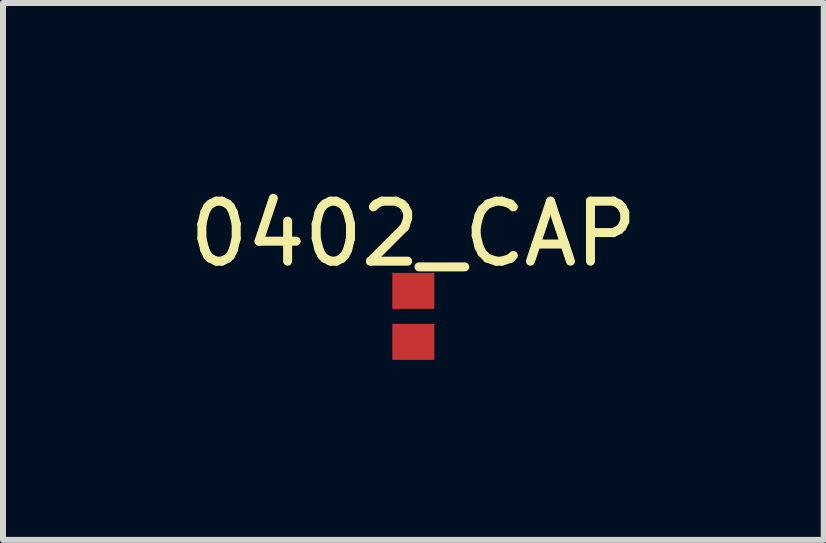
<source format=kicad_pcb>
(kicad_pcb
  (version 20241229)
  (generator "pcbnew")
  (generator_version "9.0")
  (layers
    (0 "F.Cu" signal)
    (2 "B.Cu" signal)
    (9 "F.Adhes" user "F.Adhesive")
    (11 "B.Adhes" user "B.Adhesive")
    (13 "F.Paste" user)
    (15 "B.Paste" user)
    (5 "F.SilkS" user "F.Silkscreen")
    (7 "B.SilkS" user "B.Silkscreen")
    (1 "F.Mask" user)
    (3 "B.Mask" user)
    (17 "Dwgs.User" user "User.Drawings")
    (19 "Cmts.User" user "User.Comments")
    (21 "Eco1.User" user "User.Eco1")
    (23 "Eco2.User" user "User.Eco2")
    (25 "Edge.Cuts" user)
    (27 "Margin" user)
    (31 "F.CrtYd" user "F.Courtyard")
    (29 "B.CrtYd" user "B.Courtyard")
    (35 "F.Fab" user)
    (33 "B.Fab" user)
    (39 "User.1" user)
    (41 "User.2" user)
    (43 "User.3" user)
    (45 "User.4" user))
  (footprint "0402_CAP"
    (layer "F.Cu")
    (at 3.839 2.248)
    (property "Reference" "0402_CAP" (at 0 -1.4 0) (layer "F.SilkS") (effects (font (size 1 1) (thickness 0.15))))
    (attr through_hole)
    (pad "1" smd rect (at 0 0.4) (size 0.7 0.6) (layers "F.Cu" "F.Mask" "F.Paste"))
    (pad "2" smd rect (at 0 -0.45) (size 0.7 0.6) (layers "F.Cu" "F.Mask" "F.Paste")))
  (gr_rect
    (start -3 -3)
    (end 10.679 5.948)
    (stroke (width 0.1) (type default))
    (fill no)
    (layer "Edge.Cuts")))
</source>
